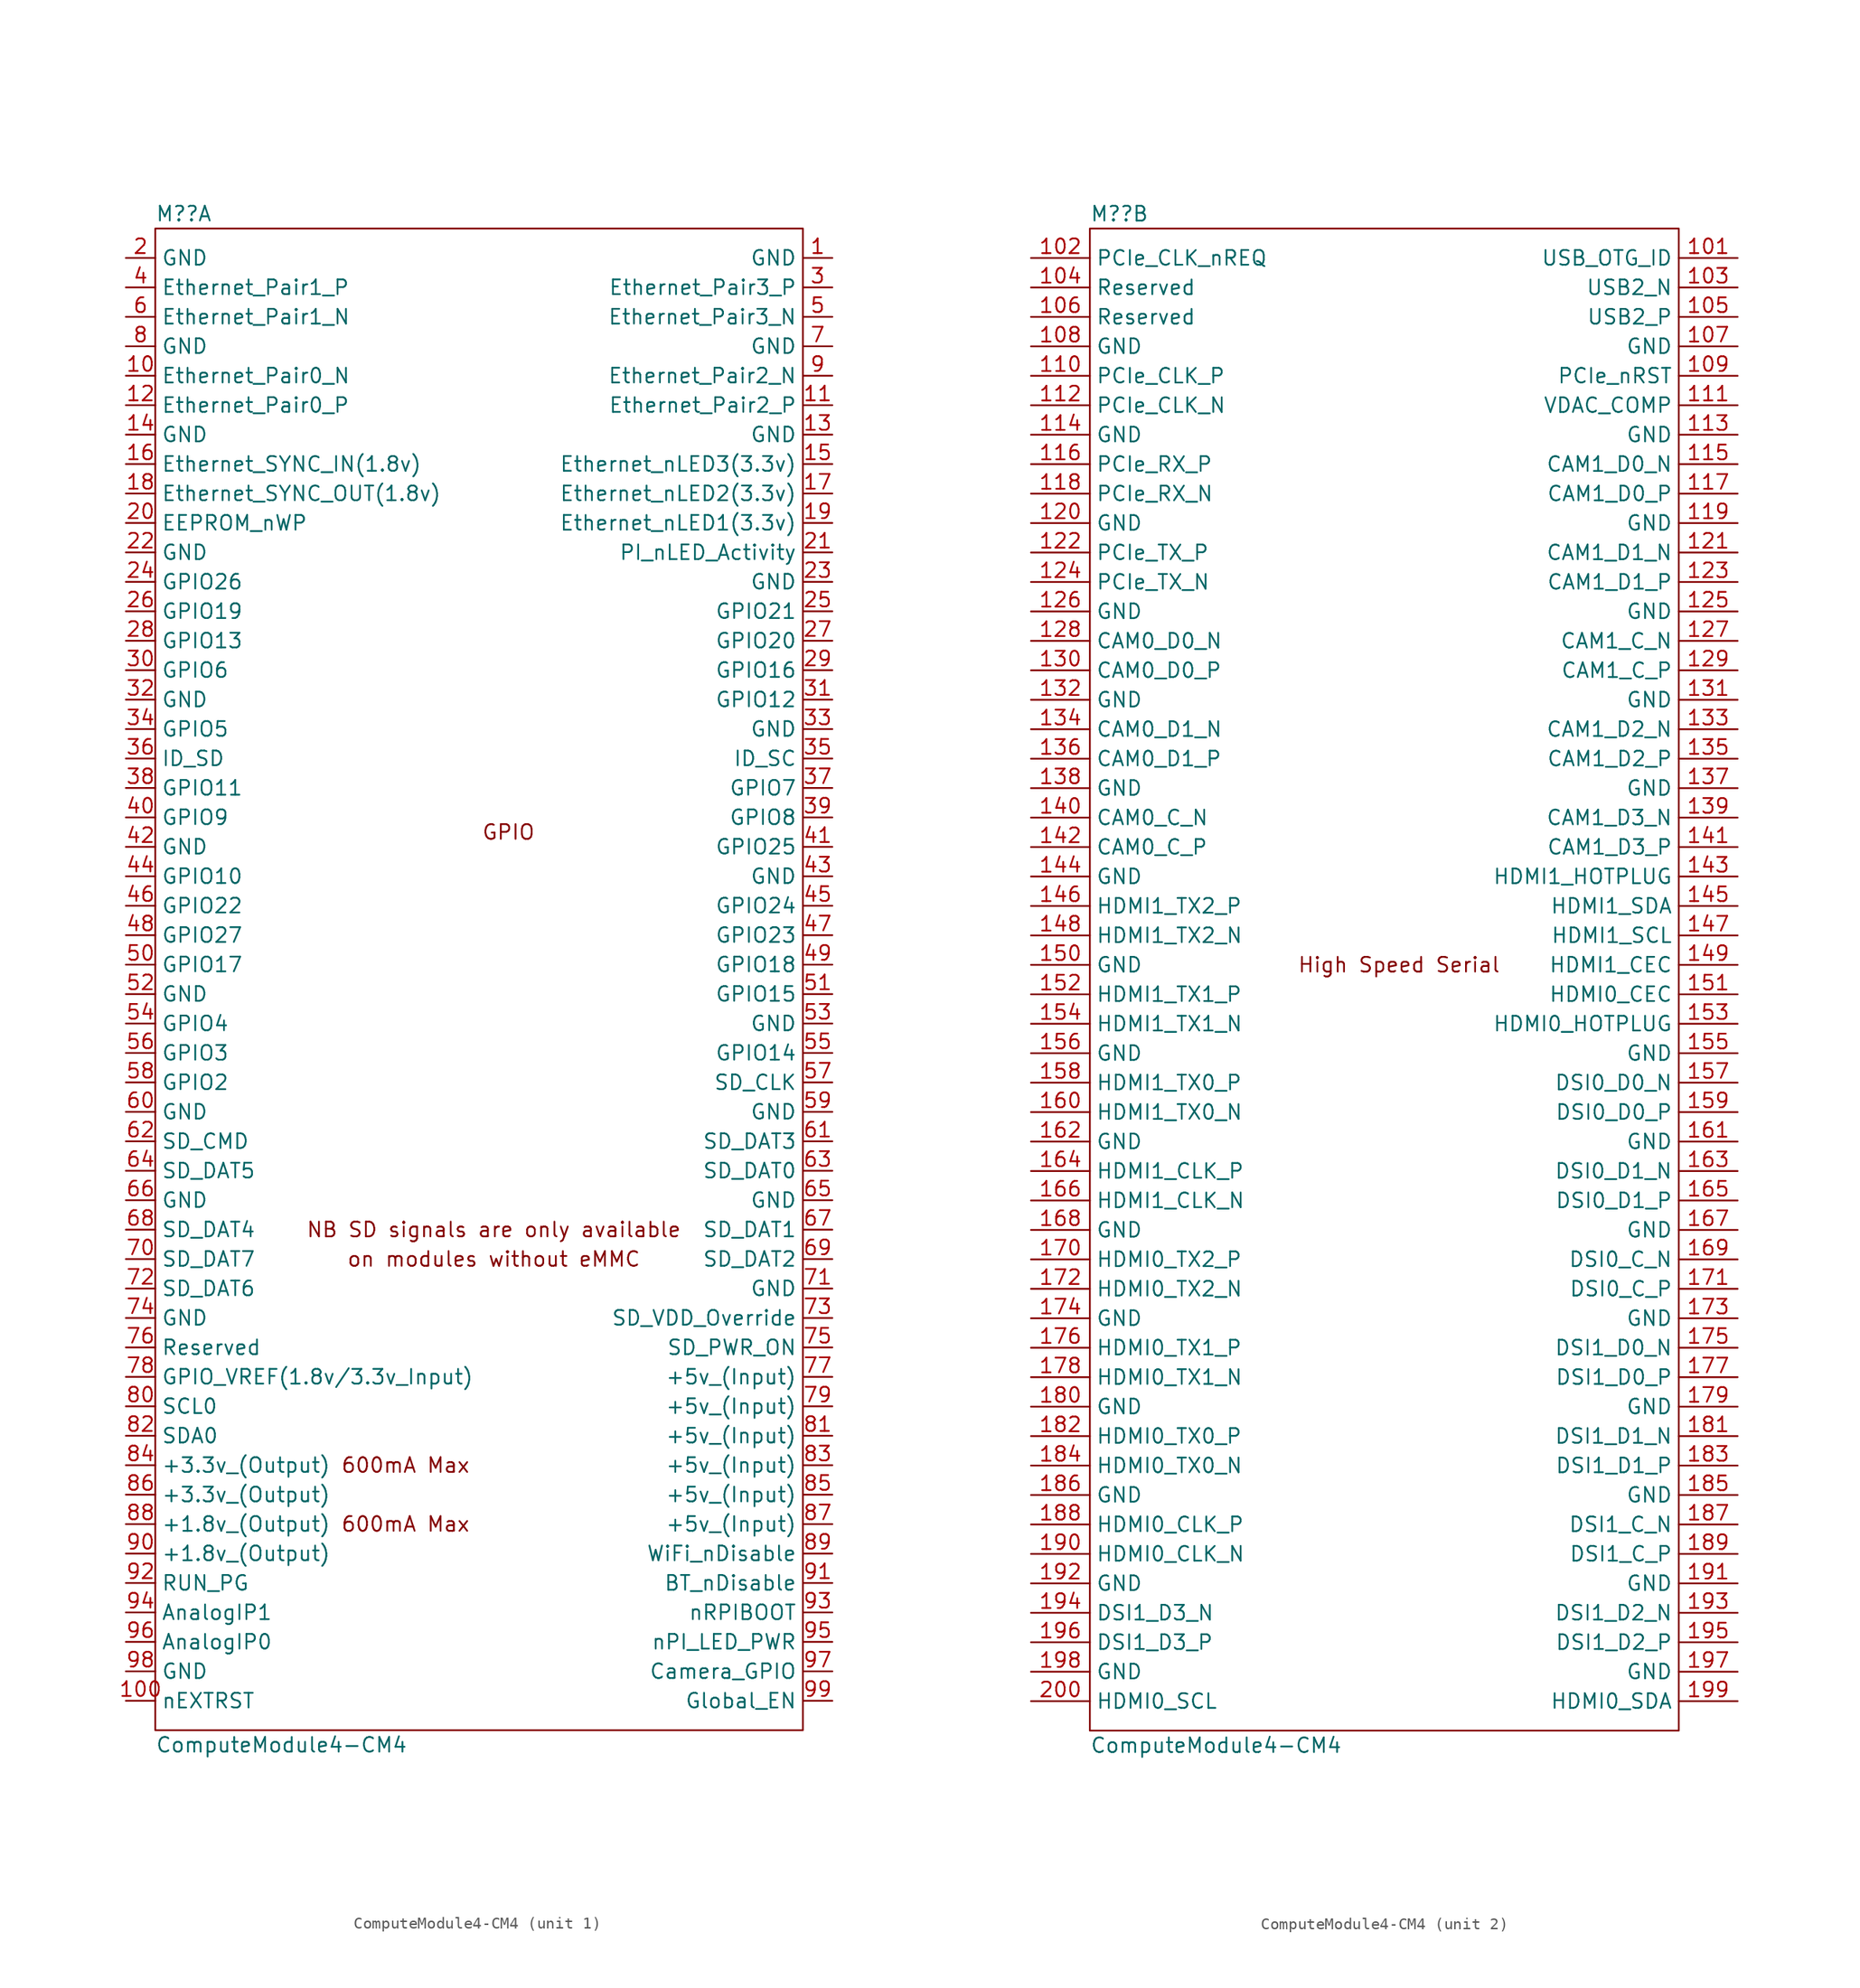
<source format=kicad_sym>
(kicad_symbol_lib
  (version 20211014)
  (generator kicad_symbol_editor)
  (symbol "ComputeModule4-CM4"
    (property "Reference" "M?"
      (at 0 1.27 0)
      (effects (font (size 1.27 1.27)) (justify left)))
    (property "Value" "ComputeModule4-CM4"
      (at 0 -130.81 0)
      (effects (font (size 1.27 1.27)) (justify left)))
    (symbol "ComputeModule4-CM4_1_0"
      (text "GPIO" (at 30.48 -52.07 0) (effects (font (size 1.27 1.27)))))
    (symbol "ComputeModule4-CM4_1_1"
      (rectangle (start 0 -129.54) (end 55.88 0) (stroke (width 0) (type default) (color 0 0 0 0)) (fill (type none)))
      (text "600mA Max" (at 21.59 -111.76 0) (effects (font (size 1.27 1.27))))
      (text "600mA Max" (at 21.59 -106.68 0) (effects (font (size 1.27 1.27))))
      (text "NB SD signals are only available" (at 29.21 -86.36 0) (effects (font (size 1.27 1.27))))
      (text "on modules without eMMC" (at 29.21 -88.9 0) (effects (font (size 1.27 1.27))))
      (pin power_in line (at 58.42 -2.54 180) (length 2.54) (name "GND" (effects (font (size 1.27 1.27)))) (number "1" (effects (font (size 1.27 1.27)))))
      (pin passive line (at -2.54 -12.7 0) (length 2.54) (name "Ethernet_Pair0_N" (effects (font (size 1.27 1.27)))) (number "10" (effects (font (size 1.27 1.27)))))
      (pin output line (at -2.54 -127 0) (length 2.54) (name "nEXTRST" (effects (font (size 1.27 1.27)))) (number "100" (effects (font (size 1.27 1.27)))))
      (pin passive line (at 58.42 -15.24 180) (length 2.54) (name "Ethernet_Pair2_P" (effects (font (size 1.27 1.27)))) (number "11" (effects (font (size 1.27 1.27)))))
      (pin passive line (at -2.54 -15.24 0) (length 2.54) (name "Ethernet_Pair0_P" (effects (font (size 1.27 1.27)))) (number "12" (effects (font (size 1.27 1.27)))))
      (pin power_in line (at 58.42 -17.78 180) (length 2.54) (name "GND" (effects (font (size 1.27 1.27)))) (number "13" (effects (font (size 1.27 1.27)))))
      (pin power_in line (at -2.54 -17.78 0) (length 2.54) (name "GND" (effects (font (size 1.27 1.27)))) (number "14" (effects (font (size 1.27 1.27)))))
      (pin output line (at 58.42 -20.32 180) (length 2.54) (name "Ethernet_nLED3(3.3v)" (effects (font (size 1.27 1.27)))) (number "15" (effects (font (size 1.27 1.27)))))
      (pin input line (at -2.54 -20.32 0) (length 2.54) (name "Ethernet_SYNC_IN(1.8v)" (effects (font (size 1.27 1.27)))) (number "16" (effects (font (size 1.27 1.27)))))
      (pin output line (at 58.42 -22.86 180) (length 2.54) (name "Ethernet_nLED2(3.3v)" (effects (font (size 1.27 1.27)))) (number "17" (effects (font (size 1.27 1.27)))))
      (pin input line (at -2.54 -22.86 0) (length 2.54) (name "Ethernet_SYNC_OUT(1.8v)" (effects (font (size 1.27 1.27)))) (number "18" (effects (font (size 1.27 1.27)))))
      (pin output line (at 58.42 -25.4 180) (length 2.54) (name "Ethernet_nLED1(3.3v)" (effects (font (size 1.27 1.27)))) (number "19" (effects (font (size 1.27 1.27)))))
      (pin power_in line (at -2.54 -2.54 0) (length 2.54) (name "GND" (effects (font (size 1.27 1.27)))) (number "2" (effects (font (size 1.27 1.27)))))
      (pin passive line (at -2.54 -25.4 0) (length 2.54) (name "EEPROM_nWP" (effects (font (size 1.27 1.27)))) (number "20" (effects (font (size 1.27 1.27)))))
      (pin open_collector line (at 58.42 -27.94 180) (length 2.54) (name "PI_nLED_Activity" (effects (font (size 1.27 1.27)))) (number "21" (effects (font (size 1.27 1.27)))))
      (pin power_in line (at -2.54 -27.94 0) (length 2.54) (name "GND" (effects (font (size 1.27 1.27)))) (number "22" (effects (font (size 1.27 1.27)))))
      (pin power_in line (at 58.42 -30.48 180) (length 2.54) (name "GND" (effects (font (size 1.27 1.27)))) (number "23" (effects (font (size 1.27 1.27)))))
      (pin passive line (at -2.54 -30.48 0) (length 2.54) (name "GPIO26" (effects (font (size 1.27 1.27)))) (number "24" (effects (font (size 1.27 1.27)))))
      (pin passive line (at 58.42 -33.02 180) (length 2.54) (name "GPIO21" (effects (font (size 1.27 1.27)))) (number "25" (effects (font (size 1.27 1.27)))))
      (pin passive line (at -2.54 -33.02 0) (length 2.54) (name "GPIO19" (effects (font (size 1.27 1.27)))) (number "26" (effects (font (size 1.27 1.27)))))
      (pin passive line (at 58.42 -35.56 180) (length 2.54) (name "GPIO20" (effects (font (size 1.27 1.27)))) (number "27" (effects (font (size 1.27 1.27)))))
      (pin passive line (at -2.54 -35.56 0) (length 2.54) (name "GPIO13" (effects (font (size 1.27 1.27)))) (number "28" (effects (font (size 1.27 1.27)))))
      (pin passive line (at 58.42 -38.1 180) (length 2.54) (name "GPIO16" (effects (font (size 1.27 1.27)))) (number "29" (effects (font (size 1.27 1.27)))))
      (pin passive line (at 58.42 -5.08 180) (length 2.54) (name "Ethernet_Pair3_P" (effects (font (size 1.27 1.27)))) (number "3" (effects (font (size 1.27 1.27)))))
      (pin passive line (at -2.54 -38.1 0) (length 2.54) (name "GPIO6" (effects (font (size 1.27 1.27)))) (number "30" (effects (font (size 1.27 1.27)))))
      (pin passive line (at 58.42 -40.64 180) (length 2.54) (name "GPIO12" (effects (font (size 1.27 1.27)))) (number "31" (effects (font (size 1.27 1.27)))))
      (pin power_in line (at -2.54 -40.64 0) (length 2.54) (name "GND" (effects (font (size 1.27 1.27)))) (number "32" (effects (font (size 1.27 1.27)))))
      (pin power_in line (at 58.42 -43.18 180) (length 2.54) (name "GND" (effects (font (size 1.27 1.27)))) (number "33" (effects (font (size 1.27 1.27)))))
      (pin passive line (at -2.54 -43.18 0) (length 2.54) (name "GPIO5" (effects (font (size 1.27 1.27)))) (number "34" (effects (font (size 1.27 1.27)))))
      (pin passive line (at 58.42 -45.72 180) (length 2.54) (name "ID_SC" (effects (font (size 1.27 1.27)))) (number "35" (effects (font (size 1.27 1.27)))))
      (pin passive line (at -2.54 -45.72 0) (length 2.54) (name "ID_SD" (effects (font (size 1.27 1.27)))) (number "36" (effects (font (size 1.27 1.27)))))
      (pin passive line (at 58.42 -48.26 180) (length 2.54) (name "GPIO7" (effects (font (size 1.27 1.27)))) (number "37" (effects (font (size 1.27 1.27)))))
      (pin passive line (at -2.54 -48.26 0) (length 2.54) (name "GPIO11" (effects (font (size 1.27 1.27)))) (number "38" (effects (font (size 1.27 1.27)))))
      (pin passive line (at 58.42 -50.8 180) (length 2.54) (name "GPIO8" (effects (font (size 1.27 1.27)))) (number "39" (effects (font (size 1.27 1.27)))))
      (pin passive line (at -2.54 -5.08 0) (length 2.54) (name "Ethernet_Pair1_P" (effects (font (size 1.27 1.27)))) (number "4" (effects (font (size 1.27 1.27)))))
      (pin passive line (at -2.54 -50.8 0) (length 2.54) (name "GPIO9" (effects (font (size 1.27 1.27)))) (number "40" (effects (font (size 1.27 1.27)))))
      (pin passive line (at 58.42 -53.34 180) (length 2.54) (name "GPIO25" (effects (font (size 1.27 1.27)))) (number "41" (effects (font (size 1.27 1.27)))))
      (pin power_in line (at -2.54 -53.34 0) (length 2.54) (name "GND" (effects (font (size 1.27 1.27)))) (number "42" (effects (font (size 1.27 1.27)))))
      (pin power_in line (at 58.42 -55.88 180) (length 2.54) (name "GND" (effects (font (size 1.27 1.27)))) (number "43" (effects (font (size 1.27 1.27)))))
      (pin passive line (at -2.54 -55.88 0) (length 2.54) (name "GPIO10" (effects (font (size 1.27 1.27)))) (number "44" (effects (font (size 1.27 1.27)))))
      (pin passive line (at 58.42 -58.42 180) (length 2.54) (name "GPIO24" (effects (font (size 1.27 1.27)))) (number "45" (effects (font (size 1.27 1.27)))))
      (pin passive line (at -2.54 -58.42 0) (length 2.54) (name "GPIO22" (effects (font (size 1.27 1.27)))) (number "46" (effects (font (size 1.27 1.27)))))
      (pin passive line (at 58.42 -60.96 180) (length 2.54) (name "GPIO23" (effects (font (size 1.27 1.27)))) (number "47" (effects (font (size 1.27 1.27)))))
      (pin passive line (at -2.54 -60.96 0) (length 2.54) (name "GPIO27" (effects (font (size 1.27 1.27)))) (number "48" (effects (font (size 1.27 1.27)))))
      (pin passive line (at 58.42 -63.5 180) (length 2.54) (name "GPIO18" (effects (font (size 1.27 1.27)))) (number "49" (effects (font (size 1.27 1.27)))))
      (pin passive line (at 58.42 -7.62 180) (length 2.54) (name "Ethernet_Pair3_N" (effects (font (size 1.27 1.27)))) (number "5" (effects (font (size 1.27 1.27)))))
      (pin passive line (at -2.54 -63.5 0) (length 2.54) (name "GPIO17" (effects (font (size 1.27 1.27)))) (number "50" (effects (font (size 1.27 1.27)))))
      (pin passive line (at 58.42 -66.04 180) (length 2.54) (name "GPIO15" (effects (font (size 1.27 1.27)))) (number "51" (effects (font (size 1.27 1.27)))))
      (pin power_in line (at -2.54 -66.04 0) (length 2.54) (name "GND" (effects (font (size 1.27 1.27)))) (number "52" (effects (font (size 1.27 1.27)))))
      (pin power_in line (at 58.42 -68.58 180) (length 2.54) (name "GND" (effects (font (size 1.27 1.27)))) (number "53" (effects (font (size 1.27 1.27)))))
      (pin passive line (at -2.54 -68.58 0) (length 2.54) (name "GPIO4" (effects (font (size 1.27 1.27)))) (number "54" (effects (font (size 1.27 1.27)))))
      (pin passive line (at 58.42 -71.12 180) (length 2.54) (name "GPIO14" (effects (font (size 1.27 1.27)))) (number "55" (effects (font (size 1.27 1.27)))))
      (pin passive line (at -2.54 -71.12 0) (length 2.54) (name "GPIO3" (effects (font (size 1.27 1.27)))) (number "56" (effects (font (size 1.27 1.27)))))
      (pin passive line (at 58.42 -73.66 180) (length 2.54) (name "SD_CLK" (effects (font (size 1.27 1.27)))) (number "57" (effects (font (size 1.27 1.27)))))
      (pin passive line (at -2.54 -73.66 0) (length 2.54) (name "GPIO2" (effects (font (size 1.27 1.27)))) (number "58" (effects (font (size 1.27 1.27)))))
      (pin power_in line (at 58.42 -76.2 180) (length 2.54) (name "GND" (effects (font (size 1.27 1.27)))) (number "59" (effects (font (size 1.27 1.27)))))
      (pin passive line (at -2.54 -7.62 0) (length 2.54) (name "Ethernet_Pair1_N" (effects (font (size 1.27 1.27)))) (number "6" (effects (font (size 1.27 1.27)))))
      (pin power_in line (at -2.54 -76.2 0) (length 2.54) (name "GND" (effects (font (size 1.27 1.27)))) (number "60" (effects (font (size 1.27 1.27)))))
      (pin passive line (at 58.42 -78.74 180) (length 2.54) (name "SD_DAT3" (effects (font (size 1.27 1.27)))) (number "61" (effects (font (size 1.27 1.27)))))
      (pin passive line (at -2.54 -78.74 0) (length 2.54) (name "SD_CMD" (effects (font (size 1.27 1.27)))) (number "62" (effects (font (size 1.27 1.27)))))
      (pin passive line (at 58.42 -81.28 180) (length 2.54) (name "SD_DAT0" (effects (font (size 1.27 1.27)))) (number "63" (effects (font (size 1.27 1.27)))))
      (pin passive line (at -2.54 -81.28 0) (length 2.54) (name "SD_DAT5" (effects (font (size 1.27 1.27)))) (number "64" (effects (font (size 1.27 1.27)))))
      (pin power_in line (at 58.42 -83.82 180) (length 2.54) (name "GND" (effects (font (size 1.27 1.27)))) (number "65" (effects (font (size 1.27 1.27)))))
      (pin power_in line (at -2.54 -83.82 0) (length 2.54) (name "GND" (effects (font (size 1.27 1.27)))) (number "66" (effects (font (size 1.27 1.27)))))
      (pin passive line (at 58.42 -86.36 180) (length 2.54) (name "SD_DAT1" (effects (font (size 1.27 1.27)))) (number "67" (effects (font (size 1.27 1.27)))))
      (pin passive line (at -2.54 -86.36 0) (length 2.54) (name "SD_DAT4" (effects (font (size 1.27 1.27)))) (number "68" (effects (font (size 1.27 1.27)))))
      (pin passive line (at 58.42 -88.9 180) (length 2.54) (name "SD_DAT2" (effects (font (size 1.27 1.27)))) (number "69" (effects (font (size 1.27 1.27)))))
      (pin power_in line (at 58.42 -10.16 180) (length 2.54) (name "GND" (effects (font (size 1.27 1.27)))) (number "7" (effects (font (size 1.27 1.27)))))
      (pin passive line (at -2.54 -88.9 0) (length 2.54) (name "SD_DAT7" (effects (font (size 1.27 1.27)))) (number "70" (effects (font (size 1.27 1.27)))))
      (pin power_in line (at 58.42 -91.44 180) (length 2.54) (name "GND" (effects (font (size 1.27 1.27)))) (number "71" (effects (font (size 1.27 1.27)))))
      (pin passive line (at -2.54 -91.44 0) (length 2.54) (name "SD_DAT6" (effects (font (size 1.27 1.27)))) (number "72" (effects (font (size 1.27 1.27)))))
      (pin input line (at 58.42 -93.98 180) (length 2.54) (name "SD_VDD_Override" (effects (font (size 1.27 1.27)))) (number "73" (effects (font (size 1.27 1.27)))))
      (pin power_in line (at -2.54 -93.98 0) (length 2.54) (name "GND" (effects (font (size 1.27 1.27)))) (number "74" (effects (font (size 1.27 1.27)))))
      (pin output line (at 58.42 -96.52 180) (length 2.54) (name "SD_PWR_ON" (effects (font (size 1.27 1.27)))) (number "75" (effects (font (size 1.27 1.27)))))
      (pin passive line (at -2.54 -96.52 0) (length 2.54) (name "Reserved" (effects (font (size 1.27 1.27)))) (number "76" (effects (font (size 1.27 1.27)))))
      (pin power_in line (at 58.42 -99.06 180) (length 2.54) (name "+5v_(Input)" (effects (font (size 1.27 1.27)))) (number "77" (effects (font (size 1.27 1.27)))))
      (pin power_in line (at -2.54 -99.06 0) (length 2.54) (name "GPIO_VREF(1.8v/3.3v_Input)" (effects (font (size 1.27 1.27)))) (number "78" (effects (font (size 1.27 1.27)))))
      (pin power_in line (at 58.42 -101.6 180) (length 2.54) (name "+5v_(Input)" (effects (font (size 1.27 1.27)))) (number "79" (effects (font (size 1.27 1.27)))))
      (pin power_in line (at -2.54 -10.16 0) (length 2.54) (name "GND" (effects (font (size 1.27 1.27)))) (number "8" (effects (font (size 1.27 1.27)))))
      (pin passive line (at -2.54 -101.6 0) (length 2.54) (name "SCL0" (effects (font (size 1.27 1.27)))) (number "80" (effects (font (size 1.27 1.27)))))
      (pin power_in line (at 58.42 -104.14 180) (length 2.54) (name "+5v_(Input)" (effects (font (size 1.27 1.27)))) (number "81" (effects (font (size 1.27 1.27)))))
      (pin passive line (at -2.54 -104.14 0) (length 2.54) (name "SDA0" (effects (font (size 1.27 1.27)))) (number "82" (effects (font (size 1.27 1.27)))))
      (pin power_in line (at 58.42 -106.68 180) (length 2.54) (name "+5v_(Input)" (effects (font (size 1.27 1.27)))) (number "83" (effects (font (size 1.27 1.27)))))
      (pin power_out line (at -2.54 -106.68 0) (length 2.54) (name "+3.3v_(Output)" (effects (font (size 1.27 1.27)))) (number "84" (effects (font (size 1.27 1.27)))))
      (pin power_in line (at 58.42 -109.22 180) (length 2.54) (name "+5v_(Input)" (effects (font (size 1.27 1.27)))) (number "85" (effects (font (size 1.27 1.27)))))
      (pin power_out line (at -2.54 -109.22 0) (length 2.54) (name "+3.3v_(Output)" (effects (font (size 1.27 1.27)))) (number "86" (effects (font (size 1.27 1.27)))))
      (pin power_in line (at 58.42 -111.76 180) (length 2.54) (name "+5v_(Input)" (effects (font (size 1.27 1.27)))) (number "87" (effects (font (size 1.27 1.27)))))
      (pin power_out line (at -2.54 -111.76 0) (length 2.54) (name "+1.8v_(Output)" (effects (font (size 1.27 1.27)))) (number "88" (effects (font (size 1.27 1.27)))))
      (pin power_in line (at 58.42 -114.3 180) (length 2.54) (name "WiFi_nDisable" (effects (font (size 1.27 1.27)))) (number "89" (effects (font (size 1.27 1.27)))))
      (pin passive line (at 58.42 -12.7 180) (length 2.54) (name "Ethernet_Pair2_N" (effects (font (size 1.27 1.27)))) (number "9" (effects (font (size 1.27 1.27)))))
      (pin power_out line (at -2.54 -114.3 0) (length 2.54) (name "+1.8v_(Output)" (effects (font (size 1.27 1.27)))) (number "90" (effects (font (size 1.27 1.27)))))
      (pin power_in line (at 58.42 -116.84 180) (length 2.54) (name "BT_nDisable" (effects (font (size 1.27 1.27)))) (number "91" (effects (font (size 1.27 1.27)))))
      (pin passive line (at -2.54 -116.84 0) (length 2.54) (name "RUN_PG" (effects (font (size 1.27 1.27)))) (number "92" (effects (font (size 1.27 1.27)))))
      (pin input line (at 58.42 -119.38 180) (length 2.54) (name "nRPIBOOT" (effects (font (size 1.27 1.27)))) (number "93" (effects (font (size 1.27 1.27)))))
      (pin passive line (at -2.54 -119.38 0) (length 2.54) (name "AnalogIP1" (effects (font (size 1.27 1.27)))) (number "94" (effects (font (size 1.27 1.27)))))
      (pin output line (at 58.42 -121.92 180) (length 2.54) (name "nPI_LED_PWR" (effects (font (size 1.27 1.27)))) (number "95" (effects (font (size 1.27 1.27)))))
      (pin passive line (at -2.54 -121.92 0) (length 2.54) (name "AnalogIP0" (effects (font (size 1.27 1.27)))) (number "96" (effects (font (size 1.27 1.27)))))
      (pin passive line (at 58.42 -124.46 180) (length 2.54) (name "Camera_GPIO" (effects (font (size 1.27 1.27)))) (number "97" (effects (font (size 1.27 1.27)))))
      (pin power_in line (at -2.54 -124.46 0) (length 2.54) (name "GND" (effects (font (size 1.27 1.27)))) (number "98" (effects (font (size 1.27 1.27)))))
      (pin input line (at 58.42 -127 180) (length 2.54) (name "Global_EN" (effects (font (size 1.27 1.27)))) (number "99" (effects (font (size 1.27 1.27))))))
    (symbol "ComputeModule4-CM4_2_1"
      (rectangle (start 0 -129.54) (end 50.8 0) (stroke (width 0) (type default) (color 0 0 0 0)) (fill (type none)))
      (text "High Speed Serial" (at 26.67 -63.5 0) (effects (font (size 1.27 1.27))))
      (pin input line (at 55.88 -2.54 180) (length 5.08) (name "USB_OTG_ID" (effects (font (size 1.27 1.27)))) (number "101" (effects (font (size 1.27 1.27)))))
      (pin input line (at -5.08 -2.54 0) (length 5.08) (name "PCIe_CLK_nREQ" (effects (font (size 1.27 1.27)))) (number "102" (effects (font (size 1.27 1.27)))))
      (pin passive line (at 55.88 -5.08 180) (length 5.08) (name "USB2_N" (effects (font (size 1.27 1.27)))) (number "103" (effects (font (size 1.27 1.27)))))
      (pin passive line (at -5.08 -5.08 0) (length 5.08) (name "Reserved" (effects (font (size 1.27 1.27)))) (number "104" (effects (font (size 1.27 1.27)))))
      (pin passive line (at 55.88 -7.62 180) (length 5.08) (name "USB2_P" (effects (font (size 1.27 1.27)))) (number "105" (effects (font (size 1.27 1.27)))))
      (pin passive line (at -5.08 -7.62 0) (length 5.08) (name "Reserved" (effects (font (size 1.27 1.27)))) (number "106" (effects (font (size 1.27 1.27)))))
      (pin power_in line (at 55.88 -10.16 180) (length 5.08) (name "GND" (effects (font (size 1.27 1.27)))) (number "107" (effects (font (size 1.27 1.27)))))
      (pin power_in line (at -5.08 -10.16 0) (length 5.08) (name "GND" (effects (font (size 1.27 1.27)))) (number "108" (effects (font (size 1.27 1.27)))))
      (pin bidirectional line (at 55.88 -12.7 180) (length 5.08) (name "PCIe_nRST" (effects (font (size 1.27 1.27)))) (number "109" (effects (font (size 1.27 1.27)))))
      (pin output line (at -5.08 -12.7 0) (length 5.08) (name "PCIe_CLK_P" (effects (font (size 1.27 1.27)))) (number "110" (effects (font (size 1.27 1.27)))))
      (pin passive line (at 55.88 -15.24 180) (length 5.08) (name "VDAC_COMP" (effects (font (size 1.27 1.27)))) (number "111" (effects (font (size 1.27 1.27)))))
      (pin output line (at -5.08 -15.24 0) (length 5.08) (name "PCIe_CLK_N" (effects (font (size 1.27 1.27)))) (number "112" (effects (font (size 1.27 1.27)))))
      (pin power_in line (at 55.88 -17.78 180) (length 5.08) (name "GND" (effects (font (size 1.27 1.27)))) (number "113" (effects (font (size 1.27 1.27)))))
      (pin power_in line (at -5.08 -17.78 0) (length 5.08) (name "GND" (effects (font (size 1.27 1.27)))) (number "114" (effects (font (size 1.27 1.27)))))
      (pin input line (at 55.88 -20.32 180) (length 5.08) (name "CAM1_D0_N" (effects (font (size 1.27 1.27)))) (number "115" (effects (font (size 1.27 1.27)))))
      (pin input line (at -5.08 -20.32 0) (length 5.08) (name "PCIe_RX_P" (effects (font (size 1.27 1.27)))) (number "116" (effects (font (size 1.27 1.27)))))
      (pin input line (at 55.88 -22.86 180) (length 5.08) (name "CAM1_D0_P" (effects (font (size 1.27 1.27)))) (number "117" (effects (font (size 1.27 1.27)))))
      (pin input line (at -5.08 -22.86 0) (length 5.08) (name "PCIe_RX_N" (effects (font (size 1.27 1.27)))) (number "118" (effects (font (size 1.27 1.27)))))
      (pin power_in line (at 55.88 -25.4 180) (length 5.08) (name "GND" (effects (font (size 1.27 1.27)))) (number "119" (effects (font (size 1.27 1.27)))))
      (pin power_in line (at -5.08 -25.4 0) (length 5.08) (name "GND" (effects (font (size 1.27 1.27)))) (number "120" (effects (font (size 1.27 1.27)))))
      (pin input line (at 55.88 -27.94 180) (length 5.08) (name "CAM1_D1_N" (effects (font (size 1.27 1.27)))) (number "121" (effects (font (size 1.27 1.27)))))
      (pin output line (at -5.08 -27.94 0) (length 5.08) (name "PCIe_TX_P" (effects (font (size 1.27 1.27)))) (number "122" (effects (font (size 1.27 1.27)))))
      (pin input line (at 55.88 -30.48 180) (length 5.08) (name "CAM1_D1_P" (effects (font (size 1.27 1.27)))) (number "123" (effects (font (size 1.27 1.27)))))
      (pin output line (at -5.08 -30.48 0) (length 5.08) (name "PCIe_TX_N" (effects (font (size 1.27 1.27)))) (number "124" (effects (font (size 1.27 1.27)))))
      (pin power_in line (at 55.88 -33.02 180) (length 5.08) (name "GND" (effects (font (size 1.27 1.27)))) (number "125" (effects (font (size 1.27 1.27)))))
      (pin power_in line (at -5.08 -33.02 0) (length 5.08) (name "GND" (effects (font (size 1.27 1.27)))) (number "126" (effects (font (size 1.27 1.27)))))
      (pin input line (at 55.88 -35.56 180) (length 5.08) (name "CAM1_C_N" (effects (font (size 1.27 1.27)))) (number "127" (effects (font (size 1.27 1.27)))))
      (pin input line (at -5.08 -35.56 0) (length 5.08) (name "CAM0_D0_N" (effects (font (size 1.27 1.27)))) (number "128" (effects (font (size 1.27 1.27)))))
      (pin input line (at 55.88 -38.1 180) (length 5.08) (name "CAM1_C_P" (effects (font (size 1.27 1.27)))) (number "129" (effects (font (size 1.27 1.27)))))
      (pin input line (at -5.08 -38.1 0) (length 5.08) (name "CAM0_D0_P" (effects (font (size 1.27 1.27)))) (number "130" (effects (font (size 1.27 1.27)))))
      (pin power_in line (at 55.88 -40.64 180) (length 5.08) (name "GND" (effects (font (size 1.27 1.27)))) (number "131" (effects (font (size 1.27 1.27)))))
      (pin power_in line (at -5.08 -40.64 0) (length 5.08) (name "GND" (effects (font (size 1.27 1.27)))) (number "132" (effects (font (size 1.27 1.27)))))
      (pin input line (at 55.88 -43.18 180) (length 5.08) (name "CAM1_D2_N" (effects (font (size 1.27 1.27)))) (number "133" (effects (font (size 1.27 1.27)))))
      (pin input line (at -5.08 -43.18 0) (length 5.08) (name "CAM0_D1_N" (effects (font (size 1.27 1.27)))) (number "134" (effects (font (size 1.27 1.27)))))
      (pin input line (at 55.88 -45.72 180) (length 5.08) (name "CAM1_D2_P" (effects (font (size 1.27 1.27)))) (number "135" (effects (font (size 1.27 1.27)))))
      (pin input line (at -5.08 -45.72 0) (length 5.08) (name "CAM0_D1_P" (effects (font (size 1.27 1.27)))) (number "136" (effects (font (size 1.27 1.27)))))
      (pin power_in line (at 55.88 -48.26 180) (length 5.08) (name "GND" (effects (font (size 1.27 1.27)))) (number "137" (effects (font (size 1.27 1.27)))))
      (pin power_in line (at -5.08 -48.26 0) (length 5.08) (name "GND" (effects (font (size 1.27 1.27)))) (number "138" (effects (font (size 1.27 1.27)))))
      (pin input line (at 55.88 -50.8 180) (length 5.08) (name "CAM1_D3_N" (effects (font (size 1.27 1.27)))) (number "139" (effects (font (size 1.27 1.27)))))
      (pin input line (at -5.08 -50.8 0) (length 5.08) (name "CAM0_C_N" (effects (font (size 1.27 1.27)))) (number "140" (effects (font (size 1.27 1.27)))))
      (pin input line (at 55.88 -53.34 180) (length 5.08) (name "CAM1_D3_P" (effects (font (size 1.27 1.27)))) (number "141" (effects (font (size 1.27 1.27)))))
      (pin input line (at -5.08 -53.34 0) (length 5.08) (name "CAM0_C_P" (effects (font (size 1.27 1.27)))) (number "142" (effects (font (size 1.27 1.27)))))
      (pin input line (at 55.88 -55.88 180) (length 5.08) (name "HDMI1_HOTPLUG" (effects (font (size 1.27 1.27)))) (number "143" (effects (font (size 1.27 1.27)))))
      (pin power_in line (at -5.08 -55.88 0) (length 5.08) (name "GND" (effects (font (size 1.27 1.27)))) (number "144" (effects (font (size 1.27 1.27)))))
      (pin bidirectional line (at 55.88 -58.42 180) (length 5.08) (name "HDMI1_SDA" (effects (font (size 1.27 1.27)))) (number "145" (effects (font (size 1.27 1.27)))))
      (pin output line (at -5.08 -58.42 0) (length 5.08) (name "HDMI1_TX2_P" (effects (font (size 1.27 1.27)))) (number "146" (effects (font (size 1.27 1.27)))))
      (pin open_collector line (at 55.88 -60.96 180) (length 5.08) (name "HDMI1_SCL" (effects (font (size 1.27 1.27)))) (number "147" (effects (font (size 1.27 1.27)))))
      (pin output line (at -5.08 -60.96 0) (length 5.08) (name "HDMI1_TX2_N" (effects (font (size 1.27 1.27)))) (number "148" (effects (font (size 1.27 1.27)))))
      (pin open_collector line (at 55.88 -63.5 180) (length 5.08) (name "HDMI1_CEC" (effects (font (size 1.27 1.27)))) (number "149" (effects (font (size 1.27 1.27)))))
      (pin power_in line (at -5.08 -63.5 0) (length 5.08) (name "GND" (effects (font (size 1.27 1.27)))) (number "150" (effects (font (size 1.27 1.27)))))
      (pin open_collector line (at 55.88 -66.04 180) (length 5.08) (name "HDMI0_CEC" (effects (font (size 1.27 1.27)))) (number "151" (effects (font (size 1.27 1.27)))))
      (pin output line (at -5.08 -66.04 0) (length 5.08) (name "HDMI1_TX1_P" (effects (font (size 1.27 1.27)))) (number "152" (effects (font (size 1.27 1.27)))))
      (pin input line (at 55.88 -68.58 180) (length 5.08) (name "HDMI0_HOTPLUG" (effects (font (size 1.27 1.27)))) (number "153" (effects (font (size 1.27 1.27)))))
      (pin output line (at -5.08 -68.58 0) (length 5.08) (name "HDMI1_TX1_N" (effects (font (size 1.27 1.27)))) (number "154" (effects (font (size 1.27 1.27)))))
      (pin power_in line (at 55.88 -71.12 180) (length 5.08) (name "GND" (effects (font (size 1.27 1.27)))) (number "155" (effects (font (size 1.27 1.27)))))
      (pin power_in line (at -5.08 -71.12 0) (length 5.08) (name "GND" (effects (font (size 1.27 1.27)))) (number "156" (effects (font (size 1.27 1.27)))))
      (pin output line (at 55.88 -73.66 180) (length 5.08) (name "DSI0_D0_N" (effects (font (size 1.27 1.27)))) (number "157" (effects (font (size 1.27 1.27)))))
      (pin output line (at -5.08 -73.66 0) (length 5.08) (name "HDMI1_TX0_P" (effects (font (size 1.27 1.27)))) (number "158" (effects (font (size 1.27 1.27)))))
      (pin output line (at 55.88 -76.2 180) (length 5.08) (name "DSI0_D0_P" (effects (font (size 1.27 1.27)))) (number "159" (effects (font (size 1.27 1.27)))))
      (pin output line (at -5.08 -76.2 0) (length 5.08) (name "HDMI1_TX0_N" (effects (font (size 1.27 1.27)))) (number "160" (effects (font (size 1.27 1.27)))))
      (pin power_in line (at 55.88 -78.74 180) (length 5.08) (name "GND" (effects (font (size 1.27 1.27)))) (number "161" (effects (font (size 1.27 1.27)))))
      (pin power_in line (at -5.08 -78.74 0) (length 5.08) (name "GND" (effects (font (size 1.27 1.27)))) (number "162" (effects (font (size 1.27 1.27)))))
      (pin output line (at 55.88 -81.28 180) (length 5.08) (name "DSI0_D1_N" (effects (font (size 1.27 1.27)))) (number "163" (effects (font (size 1.27 1.27)))))
      (pin output line (at -5.08 -81.28 0) (length 5.08) (name "HDMI1_CLK_P" (effects (font (size 1.27 1.27)))) (number "164" (effects (font (size 1.27 1.27)))))
      (pin output line (at 55.88 -83.82 180) (length 5.08) (name "DSI0_D1_P" (effects (font (size 1.27 1.27)))) (number "165" (effects (font (size 1.27 1.27)))))
      (pin output line (at -5.08 -83.82 0) (length 5.08) (name "HDMI1_CLK_N" (effects (font (size 1.27 1.27)))) (number "166" (effects (font (size 1.27 1.27)))))
      (pin power_in line (at 55.88 -86.36 180) (length 5.08) (name "GND" (effects (font (size 1.27 1.27)))) (number "167" (effects (font (size 1.27 1.27)))))
      (pin power_in line (at -5.08 -86.36 0) (length 5.08) (name "GND" (effects (font (size 1.27 1.27)))) (number "168" (effects (font (size 1.27 1.27)))))
      (pin output line (at 55.88 -88.9 180) (length 5.08) (name "DSI0_C_N" (effects (font (size 1.27 1.27)))) (number "169" (effects (font (size 1.27 1.27)))))
      (pin output line (at -5.08 -88.9 0) (length 5.08) (name "HDMI0_TX2_P" (effects (font (size 1.27 1.27)))) (number "170" (effects (font (size 1.27 1.27)))))
      (pin output line (at 55.88 -91.44 180) (length 5.08) (name "DSI0_C_P" (effects (font (size 1.27 1.27)))) (number "171" (effects (font (size 1.27 1.27)))))
      (pin output line (at -5.08 -91.44 0) (length 5.08) (name "HDMI0_TX2_N" (effects (font (size 1.27 1.27)))) (number "172" (effects (font (size 1.27 1.27)))))
      (pin power_in line (at 55.88 -93.98 180) (length 5.08) (name "GND" (effects (font (size 1.27 1.27)))) (number "173" (effects (font (size 1.27 1.27)))))
      (pin power_in line (at -5.08 -93.98 0) (length 5.08) (name "GND" (effects (font (size 1.27 1.27)))) (number "174" (effects (font (size 1.27 1.27)))))
      (pin output line (at 55.88 -96.52 180) (length 5.08) (name "DSI1_D0_N" (effects (font (size 1.27 1.27)))) (number "175" (effects (font (size 1.27 1.27)))))
      (pin output line (at -5.08 -96.52 0) (length 5.08) (name "HDMI0_TX1_P" (effects (font (size 1.27 1.27)))) (number "176" (effects (font (size 1.27 1.27)))))
      (pin output line (at 55.88 -99.06 180) (length 5.08) (name "DSI1_D0_P" (effects (font (size 1.27 1.27)))) (number "177" (effects (font (size 1.27 1.27)))))
      (pin output line (at -5.08 -99.06 0) (length 5.08) (name "HDMI0_TX1_N" (effects (font (size 1.27 1.27)))) (number "178" (effects (font (size 1.27 1.27)))))
      (pin power_in line (at 55.88 -101.6 180) (length 5.08) (name "GND" (effects (font (size 1.27 1.27)))) (number "179" (effects (font (size 1.27 1.27)))))
      (pin power_in line (at -5.08 -101.6 0) (length 5.08) (name "GND" (effects (font (size 1.27 1.27)))) (number "180" (effects (font (size 1.27 1.27)))))
      (pin output line (at 55.88 -104.14 180) (length 5.08) (name "DSI1_D1_N" (effects (font (size 1.27 1.27)))) (number "181" (effects (font (size 1.27 1.27)))))
      (pin output line (at -5.08 -104.14 0) (length 5.08) (name "HDMI0_TX0_P" (effects (font (size 1.27 1.27)))) (number "182" (effects (font (size 1.27 1.27)))))
      (pin output line (at 55.88 -106.68 180) (length 5.08) (name "DSI1_D1_P" (effects (font (size 1.27 1.27)))) (number "183" (effects (font (size 1.27 1.27)))))
      (pin output line (at -5.08 -106.68 0) (length 5.08) (name "HDMI0_TX0_N" (effects (font (size 1.27 1.27)))) (number "184" (effects (font (size 1.27 1.27)))))
      (pin power_in line (at 55.88 -109.22 180) (length 5.08) (name "GND" (effects (font (size 1.27 1.27)))) (number "185" (effects (font (size 1.27 1.27)))))
      (pin power_in line (at -5.08 -109.22 0) (length 5.08) (name "GND" (effects (font (size 1.27 1.27)))) (number "186" (effects (font (size 1.27 1.27)))))
      (pin output line (at 55.88 -111.76 180) (length 5.08) (name "DSI1_C_N" (effects (font (size 1.27 1.27)))) (number "187" (effects (font (size 1.27 1.27)))))
      (pin output line (at -5.08 -111.76 0) (length 5.08) (name "HDMI0_CLK_P" (effects (font (size 1.27 1.27)))) (number "188" (effects (font (size 1.27 1.27)))))
      (pin output line (at 55.88 -114.3 180) (length 5.08) (name "DSI1_C_P" (effects (font (size 1.27 1.27)))) (number "189" (effects (font (size 1.27 1.27)))))
      (pin output line (at -5.08 -114.3 0) (length 5.08) (name "HDMI0_CLK_N" (effects (font (size 1.27 1.27)))) (number "190" (effects (font (size 1.27 1.27)))))
      (pin power_in line (at 55.88 -116.84 180) (length 5.08) (name "GND" (effects (font (size 1.27 1.27)))) (number "191" (effects (font (size 1.27 1.27)))))
      (pin power_in line (at -5.08 -116.84 0) (length 5.08) (name "GND" (effects (font (size 1.27 1.27)))) (number "192" (effects (font (size 1.27 1.27)))))
      (pin output line (at 55.88 -119.38 180) (length 5.08) (name "DSI1_D2_N" (effects (font (size 1.27 1.27)))) (number "193" (effects (font (size 1.27 1.27)))))
      (pin output line (at -5.08 -119.38 0) (length 5.08) (name "DSI1_D3_N" (effects (font (size 1.27 1.27)))) (number "194" (effects (font (size 1.27 1.27)))))
      (pin output line (at 55.88 -121.92 180) (length 5.08) (name "DSI1_D2_P" (effects (font (size 1.27 1.27)))) (number "195" (effects (font (size 1.27 1.27)))))
      (pin output line (at -5.08 -121.92 0) (length 5.08) (name "DSI1_D3_P" (effects (font (size 1.27 1.27)))) (number "196" (effects (font (size 1.27 1.27)))))
      (pin power_in line (at 55.88 -124.46 180) (length 5.08) (name "GND" (effects (font (size 1.27 1.27)))) (number "197" (effects (font (size 1.27 1.27)))))
      (pin power_in line (at -5.08 -124.46 0) (length 5.08) (name "GND" (effects (font (size 1.27 1.27)))) (number "198" (effects (font (size 1.27 1.27)))))
      (pin bidirectional line (at 55.88 -127 180) (length 5.08) (name "HDMI0_SDA" (effects (font (size 1.27 1.27)))) (number "199" (effects (font (size 1.27 1.27)))))
      (pin open_collector line (at -5.08 -127 0) (length 5.08) (name "HDMI0_SCL" (effects (font (size 1.27 1.27)))) (number "200" (effects (font (size 1.27 1.27))))))))
</source>
